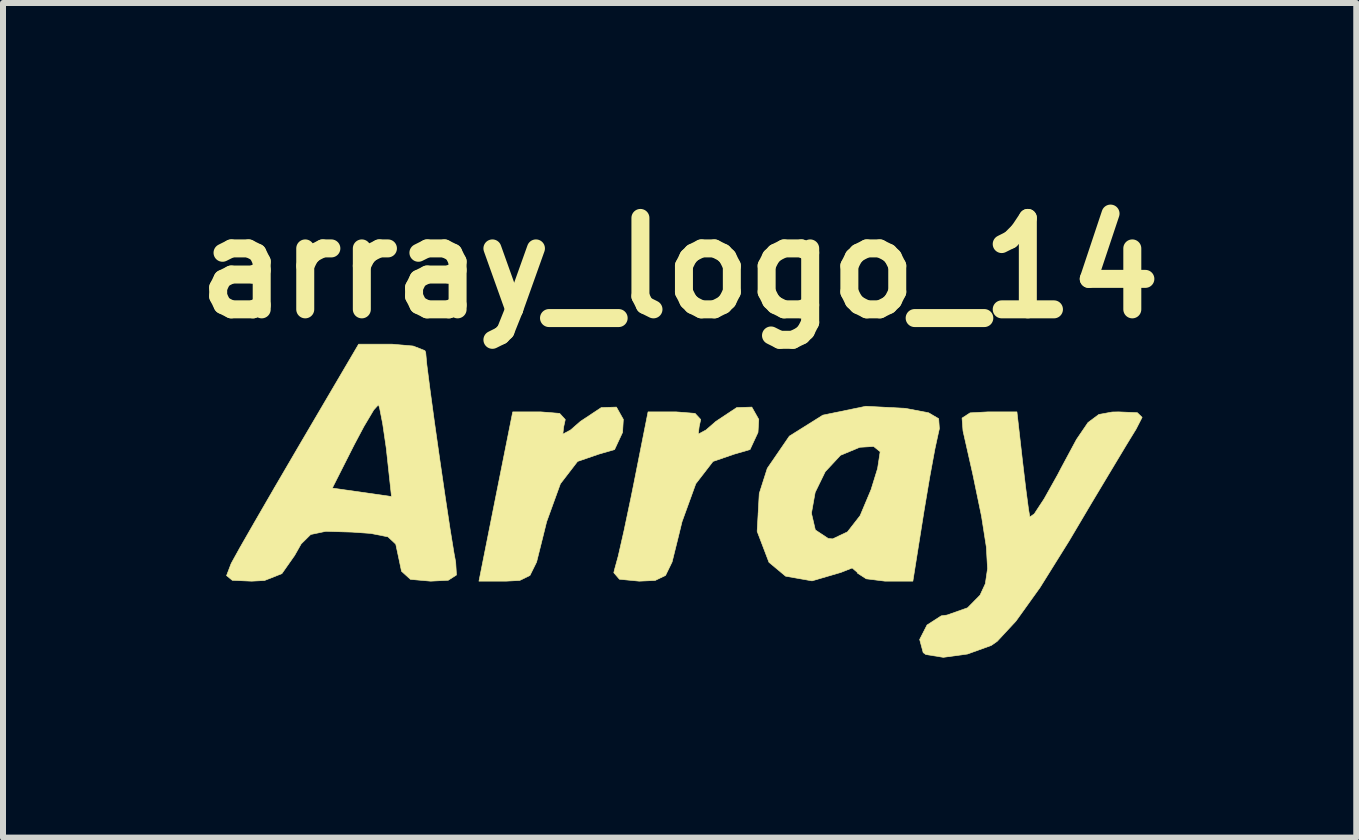
<source format=kicad_pcb>
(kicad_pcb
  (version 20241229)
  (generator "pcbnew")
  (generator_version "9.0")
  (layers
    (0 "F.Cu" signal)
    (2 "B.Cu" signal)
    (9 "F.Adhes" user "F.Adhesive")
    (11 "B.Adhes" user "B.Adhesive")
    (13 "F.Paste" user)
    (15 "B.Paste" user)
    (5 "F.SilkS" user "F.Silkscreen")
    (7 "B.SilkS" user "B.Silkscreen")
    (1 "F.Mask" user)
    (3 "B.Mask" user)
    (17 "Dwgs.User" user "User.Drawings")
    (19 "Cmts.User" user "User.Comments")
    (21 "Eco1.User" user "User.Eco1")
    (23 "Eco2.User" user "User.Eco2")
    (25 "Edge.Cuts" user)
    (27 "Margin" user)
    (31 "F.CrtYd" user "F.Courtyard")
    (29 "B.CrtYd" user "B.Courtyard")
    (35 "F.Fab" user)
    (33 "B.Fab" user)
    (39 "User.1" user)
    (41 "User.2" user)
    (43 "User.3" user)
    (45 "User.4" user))
  (footprint "array_logo_14"
    (layer "F.Cu")
    (at 8.28 5.228)
    (property "Reference" "array_logo_14" (at 0 -3.81 0) (layer "F.SilkS") (effects (font (size 1.524 1.524) (thickness 0.3))))
    (attr through_hole)
    (fp_poly (pts (xy -0.938 -1.286) (xy -0.951 -1.069) (xy -1.084 -0.783) (xy -1.349 -0.706) (xy -1.701 -0.585) (xy -1.987 -0.213) (xy -2.217 0.421) (xy -2.276 0.66) (xy -2.384 1.092) (xy -2.495 1.316) (xy -2.665 1.399) (xy -2.895 1.411) (xy -3.345 1.411) (xy -3.064 0) (xy -2.782 -1.411) (xy -2.313 -1.411) (xy -2 -1.386) (xy -1.906 -1.283) (xy -1.932 -1.164) (xy -1.947 -1.04) (xy -1.817 -1.11) (xy -1.653 -1.253) (xy -1.306 -1.483) (xy -1.053 -1.491) (xy -0.938 -1.286)) (stroke (width 0.01) (type solid)) (fill yes) (layer "F.SilkS"))
    (fp_poly (pts (xy 1.32 -1.286) (xy 1.307 -1.069) (xy 1.174 -0.783) (xy 0.909 -0.706) (xy 0.557 -0.585) (xy 0.27 -0.213) (xy 0.04 0.421) (xy -0.018 0.66) (xy -0.125 1.091) (xy -0.234 1.315) (xy -0.407 1.399) (xy -0.673 1.411) (xy -1.003 1.379) (xy -1.097 1.27) (xy -1.084 1.215) (xy -1.023 0.993) (xy -0.927 0.571) (xy -0.812 0.025) (xy -0.767 -0.197) (xy -0.526 -1.411) (xy -0.056 -1.411) (xy 0.258 -1.386) (xy 0.352 -1.284) (xy 0.326 -1.164) (xy 0.311 -1.04) (xy 0.441 -1.11) (xy 0.605 -1.253) (xy 0.952 -1.483) (xy 1.204 -1.491) (xy 1.32 -1.286)) (stroke (width 0.01) (type solid)) (fill yes) (layer "F.SilkS"))
    (fp_poly (pts (xy 3.766 -1.47) (xy 4.152 -1.396) (xy 4.319 -1.298) (xy 4.331 -1.131) (xy 4.318 -1.076) (xy 4.257 -0.795) (xy 4.171 -0.329) (xy 4.077 0.23) (xy 4.063 0.318) (xy 3.889 1.411) (xy 3.426 1.411) (xy 3.112 1.372) (xy 2.965 1.277) (xy 2.963 1.265) (xy 2.877 1.191) (xy 2.69 1.265) (xy 2.208 1.406) (xy 1.767 1.328) (xy 1.49 1.097) (xy 1.293 0.58) (xy 1.31 0.278) (xy 2.198 0.278) (xy 2.263 0.557) (xy 2.477 0.699) (xy 2.551 0.706) (xy 2.799 0.589) (xy 3.01 0.318) (xy 3.192 -0.115) (xy 3.301 -0.468) (xy 3.344 -0.747) (xy 3.235 -0.835) (xy 3.004 -0.821) (xy 2.683 -0.688) (xy 2.428 -0.414) (xy 2.26 -0.069) (xy 2.198 0.278) (xy 1.31 0.278) (xy 1.328 -0.05) (xy 1.462 -0.47) (xy 1.83 -1.007) (xy 2.388 -1.357) (xy 3.106 -1.505) (xy 3.766 -1.47)) (stroke (width 0.01) (type solid)) (fill yes) (layer "F.SilkS"))
    (fp_poly (pts (xy 5.716 -0.6) (xy 5.771 -0.137) (xy 5.817 0.212) (xy 5.839 0.341) (xy 5.913 0.289) (xy 6.079 0.036) (xy 6.305 -0.368) (xy 6.358 -0.47) (xy 6.617 -0.952) (xy 6.809 -1.234) (xy 6.989 -1.368) (xy 7.212 -1.409) (xy 7.319 -1.411) (xy 7.631 -1.398) (xy 7.711 -1.32) (xy 7.608 -1.119) (xy 7.592 -1.094) (xy 7.444 -0.852) (xy 7.188 -0.426) (xy 6.859 0.123) (xy 6.495 0.738) (xy 6.485 0.754) (xy 6.009 1.517) (xy 5.607 2.078) (xy 5.295 2.414) (xy 5.196 2.483) (xy 4.799 2.626) (xy 4.397 2.681) (xy 4.105 2.634) (xy 4.061 2.602) (xy 4.002 2.383) (xy 4.125 2.142) (xy 4.362 1.989) (xy 4.458 1.976) (xy 4.801 1.855) (xy 5.009 1.644) (xy 5.097 1.454) (xy 5.134 1.202) (xy 5.114 0.842) (xy 5.034 0.331) (xy 4.888 -0.373) (xy 4.725 -1.094) (xy 4.709 -1.308) (xy 4.843 -1.395) (xy 5.138 -1.411) (xy 5.624 -1.411) (xy 5.716 -0.6)) (stroke (width 0.01) (type solid)) (fill yes) (layer "F.SilkS"))
    (fp_poly (pts (xy -4.441 -2.509) (xy -4.247 -2.433) (xy -4.233 -2.403) (xy -4.214 -2.198) (xy -4.161 -1.785) (xy -4.086 -1.234) (xy -3.998 -0.615) (xy -3.908 0.001) (xy -3.826 0.544) (xy -3.761 0.943) (xy -3.733 1.094) (xy -3.72 1.308) (xy -3.857 1.396) (xy -4.151 1.411) (xy -4.487 1.381) (xy -4.636 1.246) (xy -4.683 1.023) (xy -4.732 0.794) (xy -4.862 0.672) (xy -5.149 0.615) (xy -5.461 0.593) (xy -5.898 0.58) (xy -6.15 0.633) (xy -6.309 0.79) (xy -6.417 0.981) (xy -6.631 1.286) (xy -6.92 1.4) (xy -7.135 1.411) (xy -7.457 1.397) (xy -7.553 1.318) (xy -7.478 1.121) (xy -7.464 1.094) (xy -7.333 0.857) (xy -7.09 0.433) (xy -6.769 -0.122) (xy -6.758 -0.141) (xy -5.79 -0.141) (xy -4.803 0) (xy -4.891 -0.811) (xy -4.95 -1.213) (xy -5.002 -1.478) (xy -5.02 -1.531) (xy -5.099 -1.444) (xy -5.263 -1.168) (xy -5.426 -0.861) (xy -5.79 -0.141) (xy -6.758 -0.141) (xy -6.401 -0.752) (xy -6.325 -0.882) (xy -5.351 -2.54) (xy -4.792 -2.54) (xy -4.441 -2.509)) (stroke (width 0.01) (type solid)) (fill yes) (layer "F.SilkS")))
  (gr_rect
    (start -3 -3)
    (end 19.561 10.914)
    (stroke (width 0.1) (type default))
    (fill no)
    (layer "Edge.Cuts")))
</source>
